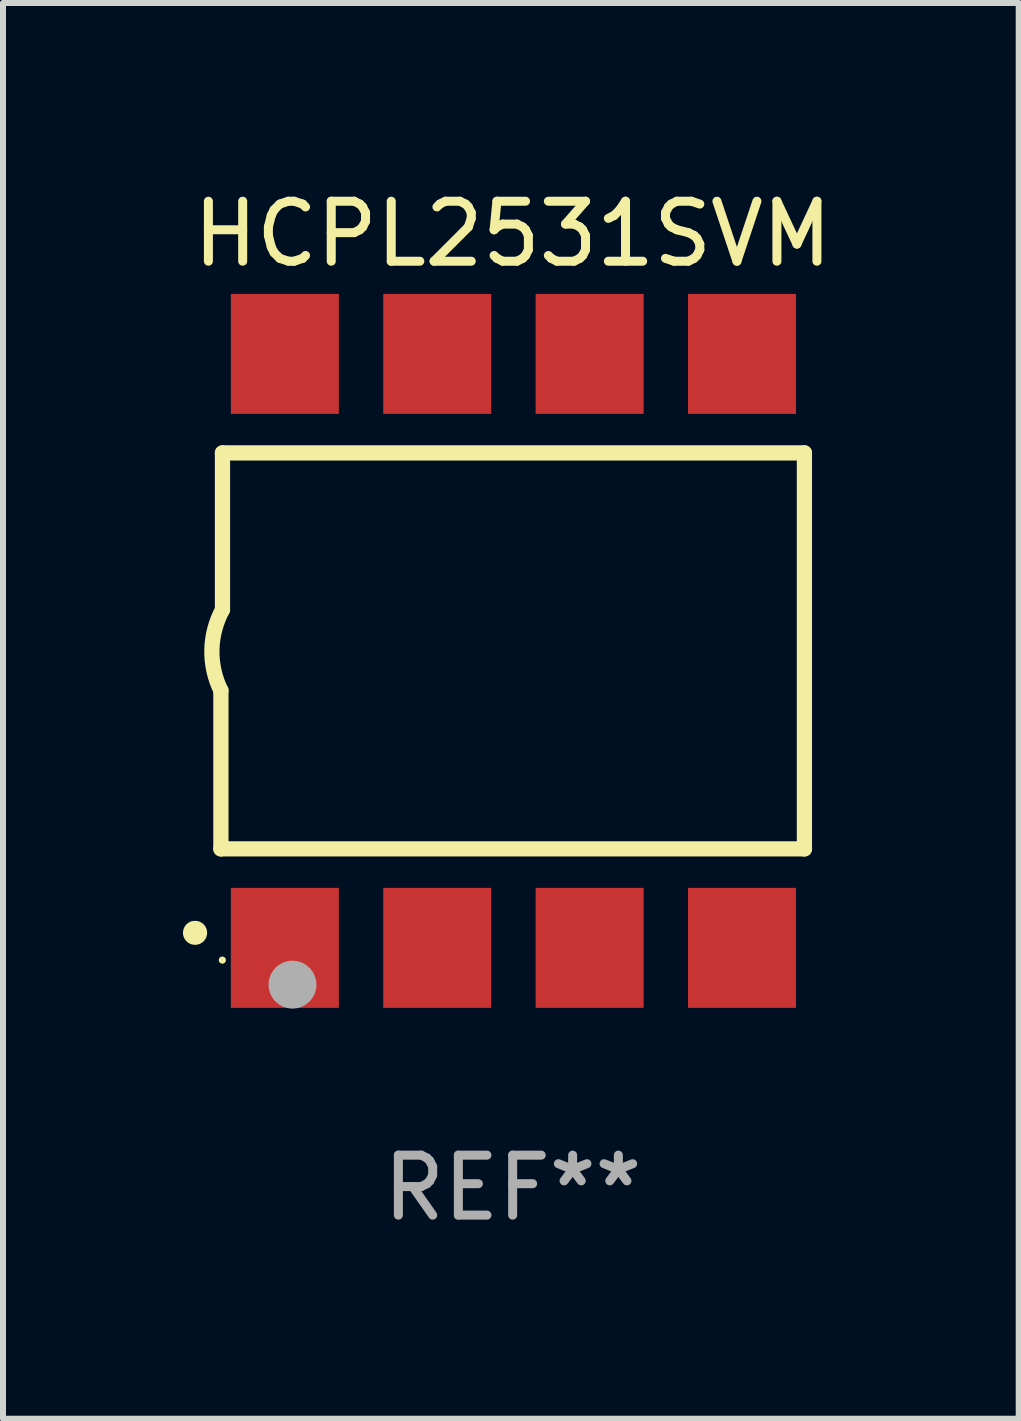
<source format=kicad_pcb>
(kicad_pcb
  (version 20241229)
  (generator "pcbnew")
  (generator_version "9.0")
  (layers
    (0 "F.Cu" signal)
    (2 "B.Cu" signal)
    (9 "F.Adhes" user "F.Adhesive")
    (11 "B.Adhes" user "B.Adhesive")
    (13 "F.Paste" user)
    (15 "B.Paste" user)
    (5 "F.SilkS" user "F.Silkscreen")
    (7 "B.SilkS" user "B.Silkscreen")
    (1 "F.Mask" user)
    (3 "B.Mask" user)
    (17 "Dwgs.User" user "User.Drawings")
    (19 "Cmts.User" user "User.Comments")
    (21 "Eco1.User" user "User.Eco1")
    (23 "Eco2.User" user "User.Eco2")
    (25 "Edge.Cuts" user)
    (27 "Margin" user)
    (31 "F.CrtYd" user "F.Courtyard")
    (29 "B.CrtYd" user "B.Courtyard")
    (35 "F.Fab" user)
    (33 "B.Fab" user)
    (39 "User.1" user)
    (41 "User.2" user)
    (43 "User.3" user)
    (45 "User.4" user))
  (footprint "HCPL2531SVM"
    (layer "F.Cu")
    (at 5.495 7.799)
    (property "Reference" "HCPL2531SVM" (at 0 -6.95 0) (layer "F.SilkS") (effects (font (size 1 1) (thickness 0.15))))
    (attr through_hole)
    (fp_line (start -4.863 3.3) (end -4.863 0.66) (stroke (width 0.254) (type solid)) (layer "F.SilkS"))
    (fp_line (start -4.837 -3.3) (end -4.837 -0.686) (stroke (width 0.254) (type solid)) (layer "F.SilkS"))
    (fp_line (start -4.837 -3.3) (end 4.863 -3.3) (stroke (width 0.254) (type solid)) (layer "F.SilkS"))
    (fp_line (start 4.863 -3.3) (end 4.863 3.3) (stroke (width 0.254) (type solid)) (layer "F.SilkS"))
    (fp_line (start 4.863 3.3) (end -4.863 3.3) (stroke (width 0.254) (type solid)) (layer "F.SilkS"))
    (fp_arc (start -5.295212 4.699009) (mid -5.293942 4.699005) (end -5.292672 4.699009) (stroke (width 0.4) (type solid)) (layer "F.SilkS"))
    (fp_arc (start -4.863411 0.660401) (mid -5.013163 -0.015948) (end -4.836614 -0.685801) (stroke (width 0.254001) (type solid)) (layer "F.SilkS"))
    (fp_circle (center -4.839 5.154) (end -4.809 5.154) (stroke (width 0.06) (type solid)) (fill no) (layer "F.SilkS"))
    (fp_circle (center -3.67 5.563) (end -3.47 5.563) (stroke (width 0.4) (type solid)) (fill no) (layer "F.Fab"))
    (fp_text user "REF**" (at 0 8.95 0) (layer "F.Fab") (effects (font (size 1 1) (thickness 0.15))))
    (pad "1" smd rect (at -3.797 4.95) (size 1.8 2) (layers "F.Cu" "F.Mask" "F.Paste"))
    (pad "2" smd rect (at -1.257 4.95) (size 1.8 2) (layers "F.Cu" "F.Mask" "F.Paste"))
    (pad "3" smd rect (at 1.283 4.95) (size 1.8 2) (layers "F.Cu" "F.Mask" "F.Paste"))
    (pad "4" smd rect (at 3.823 4.95) (size 1.8 2) (layers "F.Cu" "F.Mask" "F.Paste"))
    (pad "5" smd rect (at 3.823 -4.95 180) (size 1.8 2) (layers "F.Cu" "F.Mask" "F.Paste"))
    (pad "6" smd rect (at 1.283 -4.95 180) (size 1.8 2) (layers "F.Cu" "F.Mask" "F.Paste"))
    (pad "7" smd rect (at -1.257 -4.95 180) (size 1.8 2) (layers "F.Cu" "F.Mask" "F.Paste"))
    (pad "8" smd rect (at -3.797 -4.95 180) (size 1.8 2) (layers "F.Cu" "F.Mask" "F.Paste")))
  (gr_rect
    (start -3 -3)
    (end 13.93 20.597)
    (stroke (width 0.1) (type default))
    (fill no)
    (layer "Edge.Cuts")))
</source>
